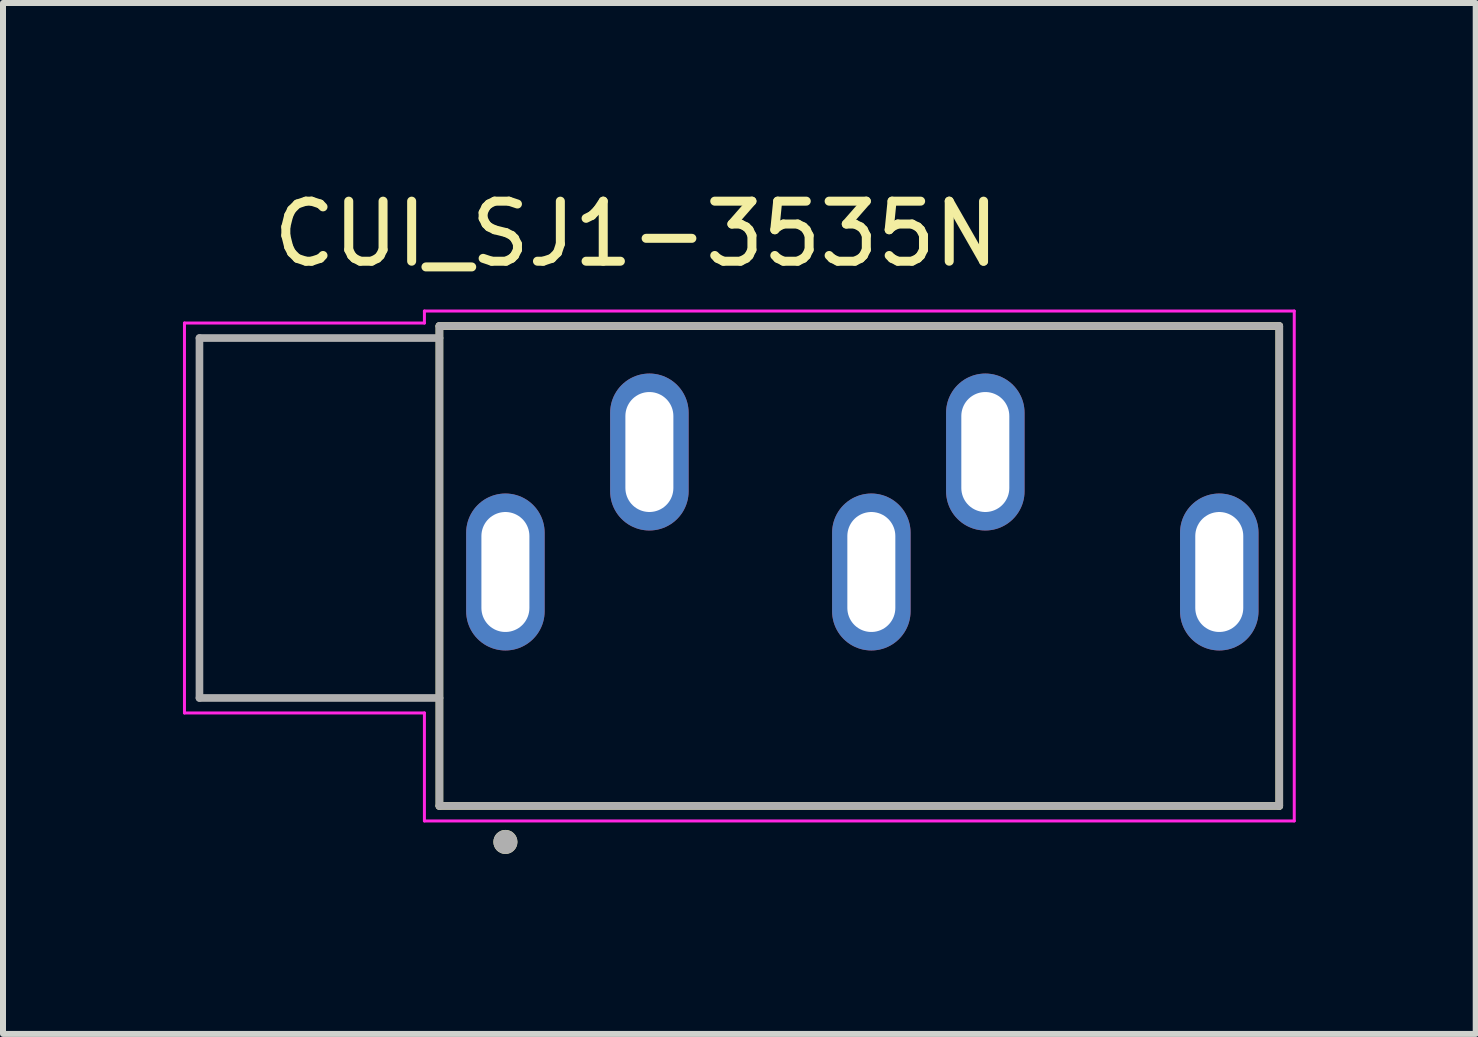
<source format=kicad_pcb>
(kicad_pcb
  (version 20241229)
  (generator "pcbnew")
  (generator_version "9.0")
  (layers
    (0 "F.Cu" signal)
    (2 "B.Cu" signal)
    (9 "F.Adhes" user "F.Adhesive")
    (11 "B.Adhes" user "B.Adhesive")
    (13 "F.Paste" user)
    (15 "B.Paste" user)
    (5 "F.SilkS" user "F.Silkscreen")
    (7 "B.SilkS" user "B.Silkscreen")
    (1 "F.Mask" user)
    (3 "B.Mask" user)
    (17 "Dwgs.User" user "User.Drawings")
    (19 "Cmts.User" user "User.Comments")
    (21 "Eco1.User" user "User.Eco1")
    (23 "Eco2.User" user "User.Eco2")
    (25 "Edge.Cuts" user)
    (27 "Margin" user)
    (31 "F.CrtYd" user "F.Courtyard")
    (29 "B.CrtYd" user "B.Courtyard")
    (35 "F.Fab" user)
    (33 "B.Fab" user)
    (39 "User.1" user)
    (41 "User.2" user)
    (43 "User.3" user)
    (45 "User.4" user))
  (footprint "CUI_SJ1-3535N"
    (layer "F.Cu")
    (at 5.375 6.485)
    (property "Reference" "CUI_SJ1-3535N" (at 2.179 -5.636 0) (layer "F.SilkS") (effects (font (size 1.001 1.001) (thickness 0.15))))
    (attr through_hole)
    (fp_line (start -1.1 -4.1) (end -1.1 3.9) (stroke (width 0.127) (type solid)) (layer "F.SilkS"))
    (fp_line (start -1.1 -4.1) (end 12.9 -4.1) (stroke (width 0.127) (type solid)) (layer "F.SilkS"))
    (fp_line (start 12.9 -4.1) (end 12.9 3.9) (stroke (width 0.127) (type solid)) (layer "F.SilkS"))
    (fp_line (start 12.9 3.9) (end -1.1 3.9) (stroke (width 0.127) (type solid)) (layer "F.SilkS"))
    (fp_circle (center 0 4.5) (end 0.1 4.5) (stroke (width 0.2) (type solid)) (fill no) (layer "F.SilkS"))
    (fp_line (start -5.35 -4.15) (end -1.35 -4.15) (stroke (width 0.05) (type solid)) (layer "F.CrtYd"))
    (fp_line (start -5.35 2.35) (end -5.35 -4.15) (stroke (width 0.05) (type solid)) (layer "F.CrtYd"))
    (fp_line (start -1.35 -4.35) (end 13.15 -4.35) (stroke (width 0.05) (type solid)) (layer "F.CrtYd"))
    (fp_line (start -1.35 -4.15) (end -1.35 -4.35) (stroke (width 0.05) (type solid)) (layer "F.CrtYd"))
    (fp_line (start -1.35 2.35) (end -5.35 2.35) (stroke (width 0.05) (type solid)) (layer "F.CrtYd"))
    (fp_line (start -1.35 4.15) (end -1.35 2.35) (stroke (width 0.05) (type solid)) (layer "F.CrtYd"))
    (fp_line (start 13.15 -4.35) (end 13.15 4.15) (stroke (width 0.05) (type solid)) (layer "F.CrtYd"))
    (fp_line (start 13.15 4.15) (end -1.35 4.15) (stroke (width 0.05) (type solid)) (layer "F.CrtYd"))
    (fp_line (start -5.1 -3.9) (end -1.1 -3.9) (stroke (width 0.127) (type solid)) (layer "F.Fab"))
    (fp_line (start -5.1 2.1) (end -5.1 -3.9) (stroke (width 0.127) (type solid)) (layer "F.Fab"))
    (fp_line (start -1.1 -4.1) (end 12.9 -4.1) (stroke (width 0.127) (type solid)) (layer "F.Fab"))
    (fp_line (start -1.1 -3.9) (end -1.1 -4.1) (stroke (width 0.127) (type solid)) (layer "F.Fab"))
    (fp_line (start -1.1 -3.9) (end -1.1 2.1) (stroke (width 0.127) (type solid)) (layer "F.Fab"))
    (fp_line (start -1.1 2.1) (end -5.1 2.1) (stroke (width 0.127) (type solid)) (layer "F.Fab"))
    (fp_line (start -1.1 3.9) (end -1.1 2.1) (stroke (width 0.127) (type solid)) (layer "F.Fab"))
    (fp_line (start 12.9 -4.1) (end 12.9 3.9) (stroke (width 0.127) (type solid)) (layer "F.Fab"))
    (fp_line (start 12.9 3.9) (end -1.1 3.9) (stroke (width 0.127) (type solid)) (layer "F.Fab"))
    (fp_circle (center 0 4.5) (end 0.1 4.5) (stroke (width 0.2) (type solid)) (fill no) (layer "F.Fab"))
    (pad "1" thru_hole oval (at 0 0) (size 1.308 2.616) (drill oval 0.8 2) (layers "*.Cu" "*.Mask"))
    (pad "2" thru_hole oval (at 2.4 -2) (size 1.308 2.616) (drill oval 0.8 2) (layers "*.Cu" "*.Mask"))
    (pad "3" thru_hole oval (at 8 -2) (size 1.308 2.616) (drill oval 0.8 2) (layers "*.Cu" "*.Mask"))
    (pad "4" thru_hole oval (at 11.9 0) (size 1.308 2.616) (drill oval 0.8 2) (layers "*.Cu" "*.Mask"))
    (pad "5" thru_hole oval (at 6.1 0) (size 1.308 2.616) (drill oval 0.8 2) (layers "*.Cu" "*.Mask")))
  (gr_rect
    (start -3 -3)
    (end 21.55 14.185)
    (stroke (width 0.1) (type default))
    (fill no)
    (layer "Edge.Cuts")))
</source>
